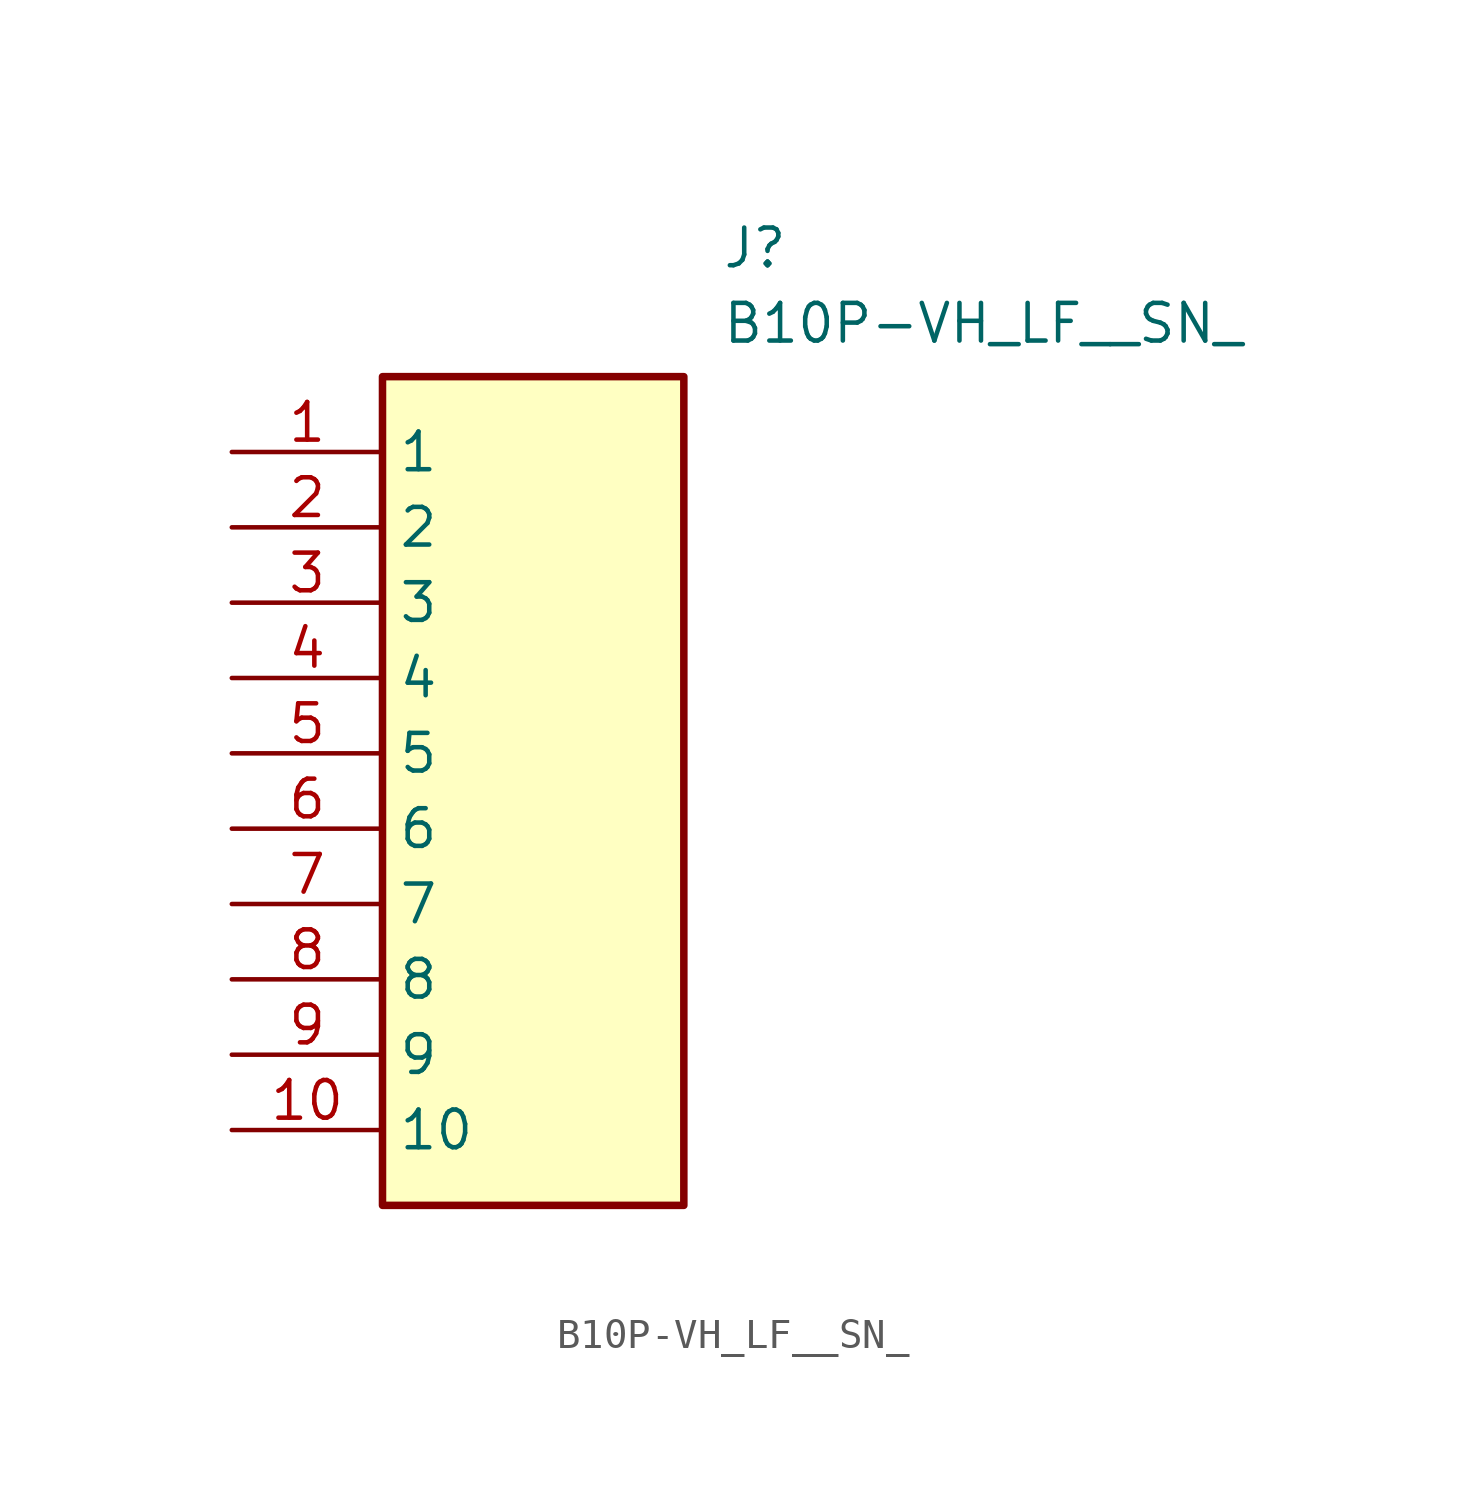
<source format=kicad_sym>
(kicad_symbol_lib
  (version 20211014)
  (generator SamacSys_ECAD_Model)
  (symbol "B10P-VH_LF__SN_"
    (property "Reference" "J"
      (at 16.51 7.62 0)
      (effects (font (size 1.27 1.27)) (justify left top)))
    (property "Value" "B10P-VH_LF__SN_"
      (at 16.51 5.08 0)
      (effects (font (size 1.27 1.27)) (justify left top)))
    (rectangle
      (start 5.08 2.54)
      (end 15.24 -25.4)
      (stroke (width 0.254) (type default))
      (fill (type background)))
    (pin passive line
      (at 0 0 0)
      (length 5.08)
      (name "1" (effects (font (size 1.27 1.27))))
      (number "1" (effects (font (size 1.27 1.27)))))
    (pin passive line
      (at 0 -2.54 0)
      (length 5.08)
      (name "2" (effects (font (size 1.27 1.27))))
      (number "2" (effects (font (size 1.27 1.27)))))
    (pin passive line
      (at 0 -5.08 0)
      (length 5.08)
      (name "3" (effects (font (size 1.27 1.27))))
      (number "3" (effects (font (size 1.27 1.27)))))
    (pin passive line
      (at 0 -7.62 0)
      (length 5.08)
      (name "4" (effects (font (size 1.27 1.27))))
      (number "4" (effects (font (size 1.27 1.27)))))
    (pin passive line
      (at 0 -10.16 0)
      (length 5.08)
      (name "5" (effects (font (size 1.27 1.27))))
      (number "5" (effects (font (size 1.27 1.27)))))
    (pin passive line
      (at 0 -12.7 0)
      (length 5.08)
      (name "6" (effects (font (size 1.27 1.27))))
      (number "6" (effects (font (size 1.27 1.27)))))
    (pin passive line
      (at 0 -15.24 0)
      (length 5.08)
      (name "7" (effects (font (size 1.27 1.27))))
      (number "7" (effects (font (size 1.27 1.27)))))
    (pin passive line
      (at 0 -17.78 0)
      (length 5.08)
      (name "8" (effects (font (size 1.27 1.27))))
      (number "8" (effects (font (size 1.27 1.27)))))
    (pin passive line
      (at 0 -20.32 0)
      (length 5.08)
      (name "9" (effects (font (size 1.27 1.27))))
      (number "9" (effects (font (size 1.27 1.27)))))
    (pin passive line
      (at 0 -22.86 0)
      (length 5.08)
      (name "10" (effects (font (size 1.27 1.27))))
      (number "10" (effects (font (size 1.27 1.27)))))))
</source>
